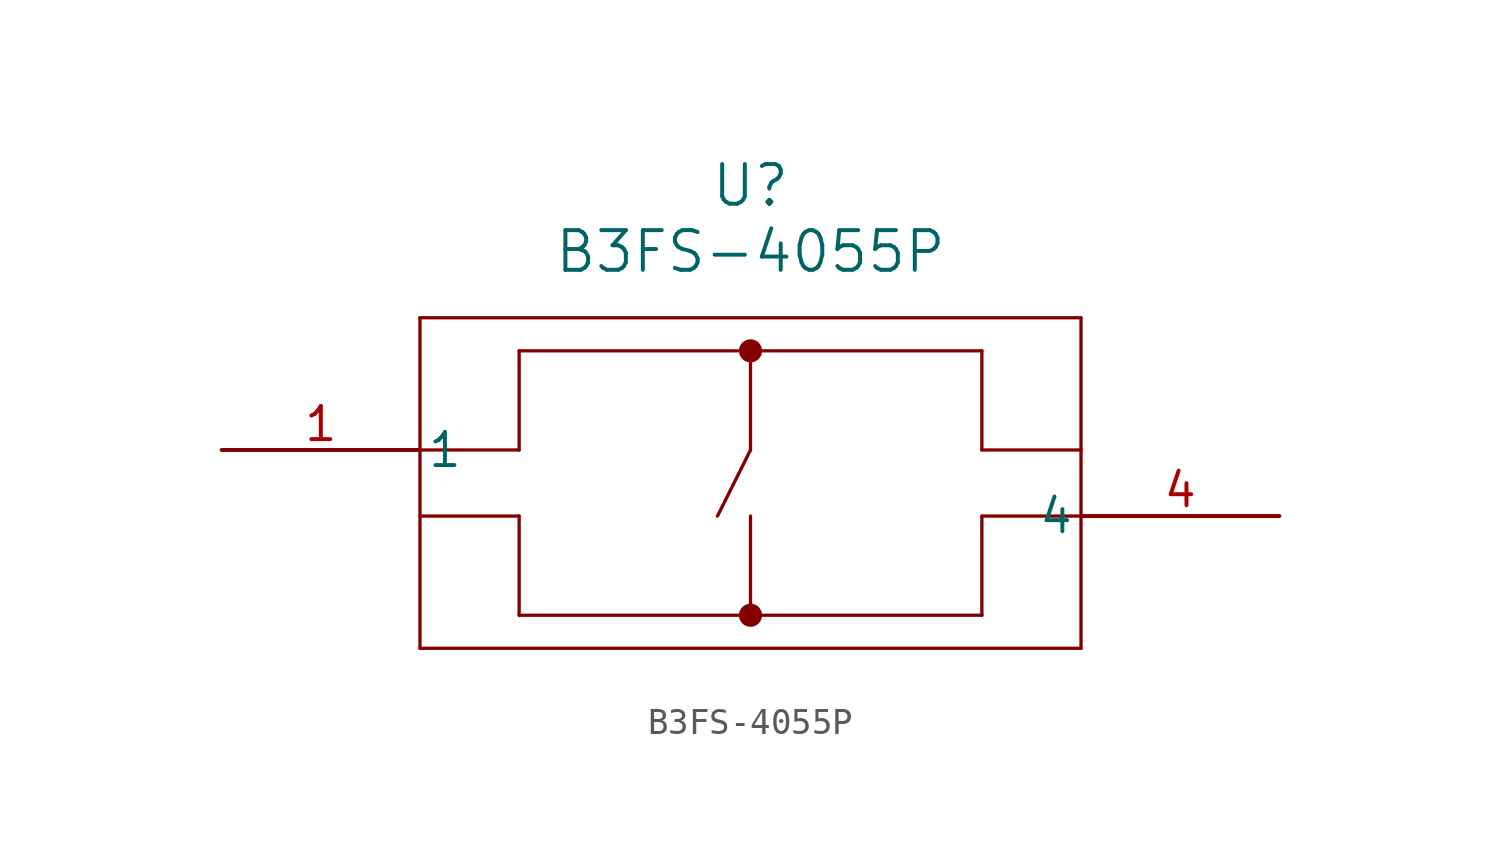
<source format=kicad_sym>
(kicad_symbol_lib
  (version 20220914)
  (generator kicad_symbol_editor)
  (symbol "B3FS-4055P"
    (pin_names
      (offset 0.254))
    (property "Reference" "U"
      (at 20.32 10.16 0)
      (effects (font (size 1.524 1.524))))
    (property "Value" "B3FS-4055P"
      (at 20.32 7.62 0)
      (effects (font (size 1.524 1.524))))
    (symbol "B3FS-4055P_0_1"
      (polyline (pts (xy 7.62 -7.62) (xy 33.02 -7.62)) (stroke (width 0.127) (type default)) (fill (type none)))
      (polyline (pts (xy 7.62 -2.54) (xy 11.43 -2.54)) (stroke (width 0.127) (type default)) (fill (type none)))
      (polyline (pts (xy 7.62 0) (xy 11.43 0)) (stroke (width 0.127) (type default)) (fill (type none)))
      (polyline (pts (xy 7.62 5.08) (xy 7.62 -7.62)) (stroke (width 0.127) (type default)) (fill (type none)))
      (polyline (pts (xy 11.43 -6.35) (xy 29.21 -6.35)) (stroke (width 0.127) (type default)) (fill (type none)))
      (polyline (pts (xy 11.43 -2.54) (xy 11.43 -6.35)) (stroke (width 0.127) (type default)) (fill (type none)))
      (polyline (pts (xy 11.43 0) (xy 11.43 3.81)) (stroke (width 0.127) (type default)) (fill (type none)))
      (polyline (pts (xy 20.32 -2.54) (xy 20.32 -6.35)) (stroke (width 0.127) (type default)) (fill (type none)))
      (polyline (pts (xy 20.32 0) (xy 19.05 -2.54)) (stroke (width 0.127) (type default)) (fill (type none)))
      (polyline (pts (xy 20.32 3.81) (xy 20.32 0)) (stroke (width 0.127) (type default)) (fill (type none)))
      (polyline (pts (xy 29.21 -6.35) (xy 29.21 -2.54)) (stroke (width 0.127) (type default)) (fill (type none)))
      (polyline (pts (xy 29.21 -2.54) (xy 33.02 -2.54)) (stroke (width 0.127) (type default)) (fill (type none)))
      (polyline (pts (xy 29.21 0) (xy 29.21 3.81)) (stroke (width 0.127) (type default)) (fill (type none)))
      (polyline (pts (xy 29.21 3.81) (xy 11.43 3.81)) (stroke (width 0.127) (type default)) (fill (type none)))
      (polyline (pts (xy 33.02 -7.62) (xy 33.02 5.08)) (stroke (width 0.127) (type default)) (fill (type none)))
      (polyline (pts (xy 33.02 0) (xy 29.21 0)) (stroke (width 0.127) (type default)) (fill (type none)))
      (polyline (pts (xy 33.02 5.08) (xy 7.62 5.08)) (stroke (width 0.127) (type default)) (fill (type none)))
      (circle (center 20.32 -6.35) (radius 0.254) (stroke (width 0.381) (type default)) (fill (type none)))
      (circle (center 20.32 3.81) (radius 0.254) (stroke (width 0.381) (type default)) (fill (type none)))
      (pin unspecified line (at 0 0 0) (length 7.62) (name "1" (effects (font (size 1.27 1.27)))) (number "1" (effects (font (size 1.27 1.27)))))
      (pin unspecified line (at 40.64 -2.54 180) (length 7.62) (name "4" (effects (font (size 1.27 1.27)))) (number "4" (effects (font (size 1.27 1.27))))))))
</source>
